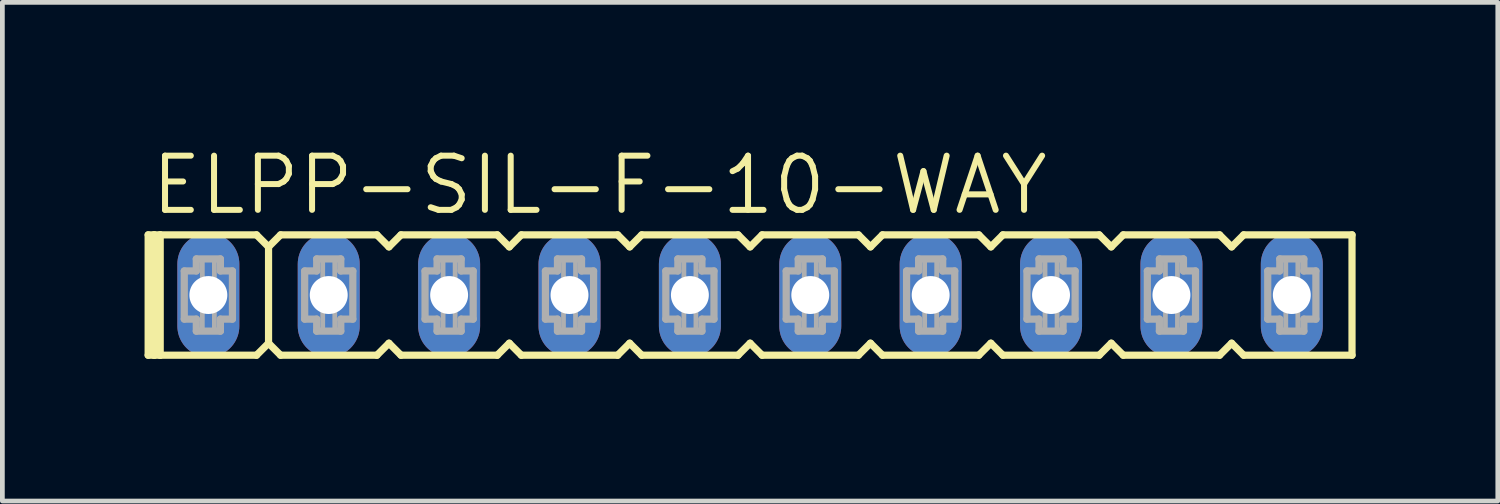
<source format=kicad_pcb>
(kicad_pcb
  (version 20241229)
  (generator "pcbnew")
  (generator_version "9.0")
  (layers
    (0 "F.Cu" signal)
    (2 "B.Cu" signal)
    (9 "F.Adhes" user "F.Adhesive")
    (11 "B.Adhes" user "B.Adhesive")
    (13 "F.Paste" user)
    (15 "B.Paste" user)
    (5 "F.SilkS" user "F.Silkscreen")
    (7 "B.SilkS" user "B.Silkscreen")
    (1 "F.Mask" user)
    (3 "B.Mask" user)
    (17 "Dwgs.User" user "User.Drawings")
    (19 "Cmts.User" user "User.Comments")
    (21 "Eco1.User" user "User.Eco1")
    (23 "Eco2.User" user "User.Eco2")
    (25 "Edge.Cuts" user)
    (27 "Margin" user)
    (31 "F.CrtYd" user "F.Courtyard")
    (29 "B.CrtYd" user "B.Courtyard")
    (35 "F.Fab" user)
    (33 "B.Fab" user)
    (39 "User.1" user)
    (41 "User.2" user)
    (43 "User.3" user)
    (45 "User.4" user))
  (footprint "ELPP-SIL-F-10-WAY"
    (layer "F.Cu")
    (at 12.776 3.175)
    (property "Reference" "ELPP-SIL-F-10-WAY" (at -12.7 -1.651 0) (unlocked yes) (layer "F.SilkS") (effects (font (size 1.143 1.143) (thickness 0.127)) (justify left bottom)))
    (fp_line (start -12.7 -1.27) (end -12.7 1.27) (stroke (width 0.152) (type solid)) (layer "F.SilkS"))
    (fp_line (start -12.7 1.27) (end -12.573 1.27) (stroke (width 0.152) (type solid)) (layer "F.SilkS"))
    (fp_line (start -12.573 -1.27) (end -12.7 -1.27) (stroke (width 0.152) (type solid)) (layer "F.SilkS"))
    (fp_line (start -12.573 -1.27) (end -12.573 1.27) (stroke (width 0.152) (type solid)) (layer "F.SilkS"))
    (fp_line (start -12.573 1.27) (end -12.446 1.27) (stroke (width 0.152) (type solid)) (layer "F.SilkS"))
    (fp_line (start -12.446 -1.27) (end -12.573 -1.27) (stroke (width 0.152) (type solid)) (layer "F.SilkS"))
    (fp_line (start -12.446 -1.27) (end -12.446 1.27) (stroke (width 0.152) (type solid)) (layer "F.SilkS"))
    (fp_line (start -12.446 1.27) (end -10.414 1.27) (stroke (width 0.152) (type solid)) (layer "F.SilkS"))
    (fp_line (start -10.414 -1.27) (end -12.446 -1.27) (stroke (width 0.152) (type solid)) (layer "F.SilkS"))
    (fp_line (start -10.414 1.27) (end -10.16 1.016) (stroke (width 0.152) (type solid)) (layer "F.SilkS"))
    (fp_line (start -10.16 -1.016) (end -10.414 -1.27) (stroke (width 0.152) (type solid)) (layer "F.SilkS"))
    (fp_line (start -10.16 -1.016) (end -10.16 1.016) (stroke (width 0.152) (type solid)) (layer "F.SilkS"))
    (fp_line (start -10.16 1.016) (end -9.906 1.27) (stroke (width 0.152) (type solid)) (layer "F.SilkS"))
    (fp_line (start -9.906 -1.27) (end -10.16 -1.016) (stroke (width 0.152) (type solid)) (layer "F.SilkS"))
    (fp_line (start -9.906 1.27) (end -7.874 1.27) (stroke (width 0.152) (type solid)) (layer "F.SilkS"))
    (fp_line (start -7.874 -1.27) (end -9.906 -1.27) (stroke (width 0.152) (type solid)) (layer "F.SilkS"))
    (fp_line (start -7.874 1.27) (end -7.62 1.016) (stroke (width 0.152) (type solid)) (layer "F.SilkS"))
    (fp_line (start -7.62 -1.016) (end -7.874 -1.27) (stroke (width 0.152) (type solid)) (layer "F.SilkS"))
    (fp_line (start -7.62 1.016) (end -7.366 1.27) (stroke (width 0.152) (type solid)) (layer "F.SilkS"))
    (fp_line (start -7.366 -1.27) (end -7.62 -1.016) (stroke (width 0.152) (type solid)) (layer "F.SilkS"))
    (fp_line (start -7.366 1.27) (end -5.334 1.27) (stroke (width 0.152) (type solid)) (layer "F.SilkS"))
    (fp_line (start -5.334 -1.27) (end -7.366 -1.27) (stroke (width 0.152) (type solid)) (layer "F.SilkS"))
    (fp_line (start -5.334 1.27) (end -5.08 1.016) (stroke (width 0.152) (type solid)) (layer "F.SilkS"))
    (fp_line (start -5.08 -1.016) (end -5.334 -1.27) (stroke (width 0.152) (type solid)) (layer "F.SilkS"))
    (fp_line (start -5.08 1.016) (end -4.826 1.27) (stroke (width 0.152) (type solid)) (layer "F.SilkS"))
    (fp_line (start -4.826 -1.27) (end -5.08 -1.016) (stroke (width 0.152) (type solid)) (layer "F.SilkS"))
    (fp_line (start -4.826 1.27) (end -2.794 1.27) (stroke (width 0.152) (type solid)) (layer "F.SilkS"))
    (fp_line (start -2.794 -1.27) (end -4.826 -1.27) (stroke (width 0.152) (type solid)) (layer "F.SilkS"))
    (fp_line (start -2.794 1.27) (end -2.54 1.016) (stroke (width 0.152) (type solid)) (layer "F.SilkS"))
    (fp_line (start -2.54 -1.016) (end -2.794 -1.27) (stroke (width 0.152) (type solid)) (layer "F.SilkS"))
    (fp_line (start -2.54 1.016) (end -2.286 1.27) (stroke (width 0.152) (type solid)) (layer "F.SilkS"))
    (fp_line (start -2.286 -1.27) (end -2.54 -1.016) (stroke (width 0.152) (type solid)) (layer "F.SilkS"))
    (fp_line (start -2.286 1.27) (end -0.254 1.27) (stroke (width 0.152) (type solid)) (layer "F.SilkS"))
    (fp_line (start -0.254 -1.27) (end -2.286 -1.27) (stroke (width 0.152) (type solid)) (layer "F.SilkS"))
    (fp_line (start -0.254 1.27) (end 0 1.016) (stroke (width 0.152) (type solid)) (layer "F.SilkS"))
    (fp_line (start 0 -1.016) (end -0.254 -1.27) (stroke (width 0.152) (type solid)) (layer "F.SilkS"))
    (fp_line (start 0 1.016) (end 0.254 1.27) (stroke (width 0.152) (type solid)) (layer "F.SilkS"))
    (fp_line (start 0.254 -1.27) (end 0 -1.016) (stroke (width 0.152) (type solid)) (layer "F.SilkS"))
    (fp_line (start 0.254 1.27) (end 2.286 1.27) (stroke (width 0.152) (type solid)) (layer "F.SilkS"))
    (fp_line (start 2.286 -1.27) (end 0.254 -1.27) (stroke (width 0.152) (type solid)) (layer "F.SilkS"))
    (fp_line (start 2.286 1.27) (end 2.54 1.016) (stroke (width 0.152) (type solid)) (layer "F.SilkS"))
    (fp_line (start 2.54 -1.016) (end 2.286 -1.27) (stroke (width 0.152) (type solid)) (layer "F.SilkS"))
    (fp_line (start 2.54 1.016) (end 2.794 1.27) (stroke (width 0.152) (type solid)) (layer "F.SilkS"))
    (fp_line (start 2.794 -1.27) (end 2.54 -1.016) (stroke (width 0.152) (type solid)) (layer "F.SilkS"))
    (fp_line (start 2.794 1.27) (end 4.826 1.27) (stroke (width 0.152) (type solid)) (layer "F.SilkS"))
    (fp_line (start 4.826 -1.27) (end 2.794 -1.27) (stroke (width 0.152) (type solid)) (layer "F.SilkS"))
    (fp_line (start 4.826 1.27) (end 5.08 1.016) (stroke (width 0.152) (type solid)) (layer "F.SilkS"))
    (fp_line (start 5.08 -1.016) (end 4.826 -1.27) (stroke (width 0.152) (type solid)) (layer "F.SilkS"))
    (fp_line (start 5.08 1.016) (end 5.334 1.27) (stroke (width 0.152) (type solid)) (layer "F.SilkS"))
    (fp_line (start 5.334 -1.27) (end 5.08 -1.016) (stroke (width 0.152) (type solid)) (layer "F.SilkS"))
    (fp_line (start 5.334 1.27) (end 7.366 1.27) (stroke (width 0.152) (type solid)) (layer "F.SilkS"))
    (fp_line (start 7.366 -1.27) (end 5.334 -1.27) (stroke (width 0.152) (type solid)) (layer "F.SilkS"))
    (fp_line (start 7.366 1.27) (end 7.62 1.016) (stroke (width 0.152) (type solid)) (layer "F.SilkS"))
    (fp_line (start 7.62 -1.016) (end 7.366 -1.27) (stroke (width 0.152) (type solid)) (layer "F.SilkS"))
    (fp_line (start 7.62 1.016) (end 7.874 1.27) (stroke (width 0.152) (type solid)) (layer "F.SilkS"))
    (fp_line (start 7.874 -1.27) (end 7.62 -1.016) (stroke (width 0.152) (type solid)) (layer "F.SilkS"))
    (fp_line (start 7.874 1.27) (end 9.906 1.27) (stroke (width 0.152) (type solid)) (layer "F.SilkS"))
    (fp_line (start 9.906 -1.27) (end 7.874 -1.27) (stroke (width 0.152) (type solid)) (layer "F.SilkS"))
    (fp_line (start 9.906 1.27) (end 10.16 1.016) (stroke (width 0.152) (type solid)) (layer "F.SilkS"))
    (fp_line (start 10.16 -1.016) (end 9.906 -1.27) (stroke (width 0.152) (type solid)) (layer "F.SilkS"))
    (fp_line (start 10.16 1.016) (end 10.414 1.27) (stroke (width 0.152) (type solid)) (layer "F.SilkS"))
    (fp_line (start 10.414 -1.27) (end 10.16 -1.016) (stroke (width 0.152) (type solid)) (layer "F.SilkS"))
    (fp_line (start 10.414 1.27) (end 12.7 1.27) (stroke (width 0.152) (type solid)) (layer "F.SilkS"))
    (fp_line (start 12.7 -1.27) (end 10.414 -1.27) (stroke (width 0.152) (type solid)) (layer "F.SilkS"))
    (fp_line (start 12.7 1.27) (end 12.7 -1.27) (stroke (width 0.152) (type solid)) (layer "F.SilkS"))
    (fp_line (start -11.938 -0.508) (end -11.938 0.508) (stroke (width 0.152) (type solid)) (layer "F.Fab"))
    (fp_line (start -11.938 0.508) (end -11.684 0.508) (stroke (width 0.152) (type solid)) (layer "F.Fab"))
    (fp_line (start -11.684 -0.762) (end -11.684 -0.508) (stroke (width 0.152) (type solid)) (layer "F.Fab"))
    (fp_line (start -11.684 -0.508) (end -11.938 -0.508) (stroke (width 0.152) (type solid)) (layer "F.Fab"))
    (fp_line (start -11.684 0.508) (end -11.684 0.762) (stroke (width 0.152) (type solid)) (layer "F.Fab"))
    (fp_line (start -11.684 0.762) (end -11.176 0.762) (stroke (width 0.152) (type solid)) (layer "F.Fab"))
    (fp_line (start -11.176 -0.762) (end -11.684 -0.762) (stroke (width 0.152) (type solid)) (layer "F.Fab"))
    (fp_line (start -11.176 -0.508) (end -11.176 -0.762) (stroke (width 0.152) (type solid)) (layer "F.Fab"))
    (fp_line (start -11.176 0.508) (end -10.922 0.508) (stroke (width 0.152) (type solid)) (layer "F.Fab"))
    (fp_line (start -11.176 0.762) (end -11.176 0.508) (stroke (width 0.152) (type solid)) (layer "F.Fab"))
    (fp_line (start -10.922 -0.508) (end -11.176 -0.508) (stroke (width 0.152) (type solid)) (layer "F.Fab"))
    (fp_line (start -10.922 0.508) (end -10.922 -0.508) (stroke (width 0.152) (type solid)) (layer "F.Fab"))
    (fp_line (start -9.398 -0.508) (end -9.398 0.508) (stroke (width 0.152) (type solid)) (layer "F.Fab"))
    (fp_line (start -9.398 0.508) (end -9.144 0.508) (stroke (width 0.152) (type solid)) (layer "F.Fab"))
    (fp_line (start -9.144 -0.762) (end -9.144 -0.508) (stroke (width 0.152) (type solid)) (layer "F.Fab"))
    (fp_line (start -9.144 -0.508) (end -9.398 -0.508) (stroke (width 0.152) (type solid)) (layer "F.Fab"))
    (fp_line (start -9.144 0.508) (end -9.144 0.762) (stroke (width 0.152) (type solid)) (layer "F.Fab"))
    (fp_line (start -9.144 0.762) (end -8.636 0.762) (stroke (width 0.152) (type solid)) (layer "F.Fab"))
    (fp_line (start -8.636 -0.762) (end -9.144 -0.762) (stroke (width 0.152) (type solid)) (layer "F.Fab"))
    (fp_line (start -8.636 -0.508) (end -8.636 -0.762) (stroke (width 0.152) (type solid)) (layer "F.Fab"))
    (fp_line (start -8.636 0.508) (end -8.382 0.508) (stroke (width 0.152) (type solid)) (layer "F.Fab"))
    (fp_line (start -8.636 0.762) (end -8.636 0.508) (stroke (width 0.152) (type solid)) (layer "F.Fab"))
    (fp_line (start -8.382 -0.508) (end -8.636 -0.508) (stroke (width 0.152) (type solid)) (layer "F.Fab"))
    (fp_line (start -8.382 0.508) (end -8.382 -0.508) (stroke (width 0.152) (type solid)) (layer "F.Fab"))
    (fp_line (start -6.858 -0.508) (end -6.858 0.508) (stroke (width 0.152) (type solid)) (layer "F.Fab"))
    (fp_line (start -6.858 0.508) (end -6.604 0.508) (stroke (width 0.152) (type solid)) (layer "F.Fab"))
    (fp_line (start -6.604 -0.762) (end -6.604 -0.508) (stroke (width 0.152) (type solid)) (layer "F.Fab"))
    (fp_line (start -6.604 -0.508) (end -6.858 -0.508) (stroke (width 0.152) (type solid)) (layer "F.Fab"))
    (fp_line (start -6.604 0.508) (end -6.604 0.762) (stroke (width 0.152) (type solid)) (layer "F.Fab"))
    (fp_line (start -6.604 0.762) (end -6.096 0.762) (stroke (width 0.152) (type solid)) (layer "F.Fab"))
    (fp_line (start -6.096 -0.762) (end -6.604 -0.762) (stroke (width 0.152) (type solid)) (layer "F.Fab"))
    (fp_line (start -6.096 -0.508) (end -6.096 -0.762) (stroke (width 0.152) (type solid)) (layer "F.Fab"))
    (fp_line (start -6.096 0.508) (end -5.842 0.508) (stroke (width 0.152) (type solid)) (layer "F.Fab"))
    (fp_line (start -6.096 0.762) (end -6.096 0.508) (stroke (width 0.152) (type solid)) (layer "F.Fab"))
    (fp_line (start -5.842 -0.508) (end -6.096 -0.508) (stroke (width 0.152) (type solid)) (layer "F.Fab"))
    (fp_line (start -5.842 0.508) (end -5.842 -0.508) (stroke (width 0.152) (type solid)) (layer "F.Fab"))
    (fp_line (start -4.318 -0.508) (end -4.318 0.508) (stroke (width 0.152) (type solid)) (layer "F.Fab"))
    (fp_line (start -4.318 0.508) (end -4.064 0.508) (stroke (width 0.152) (type solid)) (layer "F.Fab"))
    (fp_line (start -4.064 -0.762) (end -4.064 -0.508) (stroke (width 0.152) (type solid)) (layer "F.Fab"))
    (fp_line (start -4.064 -0.508) (end -4.318 -0.508) (stroke (width 0.152) (type solid)) (layer "F.Fab"))
    (fp_line (start -4.064 0.508) (end -4.064 0.762) (stroke (width 0.152) (type solid)) (layer "F.Fab"))
    (fp_line (start -4.064 0.762) (end -3.556 0.762) (stroke (width 0.152) (type solid)) (layer "F.Fab"))
    (fp_line (start -3.556 -0.762) (end -4.064 -0.762) (stroke (width 0.152) (type solid)) (layer "F.Fab"))
    (fp_line (start -3.556 -0.508) (end -3.556 -0.762) (stroke (width 0.152) (type solid)) (layer "F.Fab"))
    (fp_line (start -3.556 0.508) (end -3.302 0.508) (stroke (width 0.152) (type solid)) (layer "F.Fab"))
    (fp_line (start -3.556 0.762) (end -3.556 0.508) (stroke (width 0.152) (type solid)) (layer "F.Fab"))
    (fp_line (start -3.302 -0.508) (end -3.556 -0.508) (stroke (width 0.152) (type solid)) (layer "F.Fab"))
    (fp_line (start -3.302 0.508) (end -3.302 -0.508) (stroke (width 0.152) (type solid)) (layer "F.Fab"))
    (fp_line (start -1.778 -0.508) (end -1.778 0.508) (stroke (width 0.152) (type solid)) (layer "F.Fab"))
    (fp_line (start -1.778 0.508) (end -1.524 0.508) (stroke (width 0.152) (type solid)) (layer "F.Fab"))
    (fp_line (start -1.524 -0.762) (end -1.524 -0.508) (stroke (width 0.152) (type solid)) (layer "F.Fab"))
    (fp_line (start -1.524 -0.508) (end -1.778 -0.508) (stroke (width 0.152) (type solid)) (layer "F.Fab"))
    (fp_line (start -1.524 0.508) (end -1.524 0.762) (stroke (width 0.152) (type solid)) (layer "F.Fab"))
    (fp_line (start -1.524 0.762) (end -1.016 0.762) (stroke (width 0.152) (type solid)) (layer "F.Fab"))
    (fp_line (start -1.016 -0.762) (end -1.524 -0.762) (stroke (width 0.152) (type solid)) (layer "F.Fab"))
    (fp_line (start -1.016 -0.508) (end -1.016 -0.762) (stroke (width 0.152) (type solid)) (layer "F.Fab"))
    (fp_line (start -1.016 0.508) (end -0.762 0.508) (stroke (width 0.152) (type solid)) (layer "F.Fab"))
    (fp_line (start -1.016 0.762) (end -1.016 0.508) (stroke (width 0.152) (type solid)) (layer "F.Fab"))
    (fp_line (start -0.762 -0.508) (end -1.016 -0.508) (stroke (width 0.152) (type solid)) (layer "F.Fab"))
    (fp_line (start -0.762 0.508) (end -0.762 -0.508) (stroke (width 0.152) (type solid)) (layer "F.Fab"))
    (fp_line (start 0.762 -0.508) (end 0.762 0.508) (stroke (width 0.152) (type solid)) (layer "F.Fab"))
    (fp_line (start 0.762 0.508) (end 1.016 0.508) (stroke (width 0.152) (type solid)) (layer "F.Fab"))
    (fp_line (start 1.016 -0.762) (end 1.016 -0.508) (stroke (width 0.152) (type solid)) (layer "F.Fab"))
    (fp_line (start 1.016 -0.508) (end 0.762 -0.508) (stroke (width 0.152) (type solid)) (layer "F.Fab"))
    (fp_line (start 1.016 0.508) (end 1.016 0.762) (stroke (width 0.152) (type solid)) (layer "F.Fab"))
    (fp_line (start 1.016 0.762) (end 1.524 0.762) (stroke (width 0.152) (type solid)) (layer "F.Fab"))
    (fp_line (start 1.524 -0.762) (end 1.016 -0.762) (stroke (width 0.152) (type solid)) (layer "F.Fab"))
    (fp_line (start 1.524 -0.508) (end 1.524 -0.762) (stroke (width 0.152) (type solid)) (layer "F.Fab"))
    (fp_line (start 1.524 0.508) (end 1.778 0.508) (stroke (width 0.152) (type solid)) (layer "F.Fab"))
    (fp_line (start 1.524 0.762) (end 1.524 0.508) (stroke (width 0.152) (type solid)) (layer "F.Fab"))
    (fp_line (start 1.778 -0.508) (end 1.524 -0.508) (stroke (width 0.152) (type solid)) (layer "F.Fab"))
    (fp_line (start 1.778 0.508) (end 1.778 -0.508) (stroke (width 0.152) (type solid)) (layer "F.Fab"))
    (fp_line (start 3.302 -0.508) (end 3.302 0.508) (stroke (width 0.152) (type solid)) (layer "F.Fab"))
    (fp_line (start 3.302 0.508) (end 3.556 0.508) (stroke (width 0.152) (type solid)) (layer "F.Fab"))
    (fp_line (start 3.556 -0.762) (end 3.556 -0.508) (stroke (width 0.152) (type solid)) (layer "F.Fab"))
    (fp_line (start 3.556 -0.508) (end 3.302 -0.508) (stroke (width 0.152) (type solid)) (layer "F.Fab"))
    (fp_line (start 3.556 0.508) (end 3.556 0.762) (stroke (width 0.152) (type solid)) (layer "F.Fab"))
    (fp_line (start 3.556 0.762) (end 4.064 0.762) (stroke (width 0.152) (type solid)) (layer "F.Fab"))
    (fp_line (start 4.064 -0.762) (end 3.556 -0.762) (stroke (width 0.152) (type solid)) (layer "F.Fab"))
    (fp_line (start 4.064 -0.508) (end 4.064 -0.762) (stroke (width 0.152) (type solid)) (layer "F.Fab"))
    (fp_line (start 4.064 0.508) (end 4.318 0.508) (stroke (width 0.152) (type solid)) (layer "F.Fab"))
    (fp_line (start 4.064 0.762) (end 4.064 0.508) (stroke (width 0.152) (type solid)) (layer "F.Fab"))
    (fp_line (start 4.318 -0.508) (end 4.064 -0.508) (stroke (width 0.152) (type solid)) (layer "F.Fab"))
    (fp_line (start 4.318 0.508) (end 4.318 -0.508) (stroke (width 0.152) (type solid)) (layer "F.Fab"))
    (fp_line (start 5.842 -0.508) (end 5.842 0.508) (stroke (width 0.152) (type solid)) (layer "F.Fab"))
    (fp_line (start 5.842 0.508) (end 6.096 0.508) (stroke (width 0.152) (type solid)) (layer "F.Fab"))
    (fp_line (start 6.096 -0.762) (end 6.096 -0.508) (stroke (width 0.152) (type solid)) (layer "F.Fab"))
    (fp_line (start 6.096 -0.508) (end 5.842 -0.508) (stroke (width 0.152) (type solid)) (layer "F.Fab"))
    (fp_line (start 6.096 0.508) (end 6.096 0.762) (stroke (width 0.152) (type solid)) (layer "F.Fab"))
    (fp_line (start 6.096 0.762) (end 6.604 0.762) (stroke (width 0.152) (type solid)) (layer "F.Fab"))
    (fp_line (start 6.604 -0.762) (end 6.096 -0.762) (stroke (width 0.152) (type solid)) (layer "F.Fab"))
    (fp_line (start 6.604 -0.508) (end 6.604 -0.762) (stroke (width 0.152) (type solid)) (layer "F.Fab"))
    (fp_line (start 6.604 0.508) (end 6.858 0.508) (stroke (width 0.152) (type solid)) (layer "F.Fab"))
    (fp_line (start 6.604 0.762) (end 6.604 0.508) (stroke (width 0.152) (type solid)) (layer "F.Fab"))
    (fp_line (start 6.858 -0.508) (end 6.604 -0.508) (stroke (width 0.152) (type solid)) (layer "F.Fab"))
    (fp_line (start 6.858 0.508) (end 6.858 -0.508) (stroke (width 0.152) (type solid)) (layer "F.Fab"))
    (fp_line (start 8.382 -0.508) (end 8.382 0.508) (stroke (width 0.152) (type solid)) (layer "F.Fab"))
    (fp_line (start 8.382 0.508) (end 8.636 0.508) (stroke (width 0.152) (type solid)) (layer "F.Fab"))
    (fp_line (start 8.636 -0.762) (end 8.636 -0.508) (stroke (width 0.152) (type solid)) (layer "F.Fab"))
    (fp_line (start 8.636 -0.508) (end 8.382 -0.508) (stroke (width 0.152) (type solid)) (layer "F.Fab"))
    (fp_line (start 8.636 0.508) (end 8.636 0.762) (stroke (width 0.152) (type solid)) (layer "F.Fab"))
    (fp_line (start 8.636 0.762) (end 9.144 0.762) (stroke (width 0.152) (type solid)) (layer "F.Fab"))
    (fp_line (start 9.144 -0.762) (end 8.636 -0.762) (stroke (width 0.152) (type solid)) (layer "F.Fab"))
    (fp_line (start 9.144 -0.508) (end 9.144 -0.762) (stroke (width 0.152) (type solid)) (layer "F.Fab"))
    (fp_line (start 9.144 0.508) (end 9.398 0.508) (stroke (width 0.152) (type solid)) (layer "F.Fab"))
    (fp_line (start 9.144 0.762) (end 9.144 0.508) (stroke (width 0.152) (type solid)) (layer "F.Fab"))
    (fp_line (start 9.398 -0.508) (end 9.144 -0.508) (stroke (width 0.152) (type solid)) (layer "F.Fab"))
    (fp_line (start 9.398 0.508) (end 9.398 -0.508) (stroke (width 0.152) (type solid)) (layer "F.Fab"))
    (fp_line (start 10.922 -0.508) (end 10.922 0.508) (stroke (width 0.152) (type solid)) (layer "F.Fab"))
    (fp_line (start 10.922 0.508) (end 11.176 0.508) (stroke (width 0.152) (type solid)) (layer "F.Fab"))
    (fp_line (start 11.176 -0.762) (end 11.176 -0.508) (stroke (width 0.152) (type solid)) (layer "F.Fab"))
    (fp_line (start 11.176 -0.508) (end 10.922 -0.508) (stroke (width 0.152) (type solid)) (layer "F.Fab"))
    (fp_line (start 11.176 0.508) (end 11.176 0.762) (stroke (width 0.152) (type solid)) (layer "F.Fab"))
    (fp_line (start 11.176 0.762) (end 11.684 0.762) (stroke (width 0.152) (type solid)) (layer "F.Fab"))
    (fp_line (start 11.684 -0.762) (end 11.176 -0.762) (stroke (width 0.152) (type solid)) (layer "F.Fab"))
    (fp_line (start 11.684 -0.508) (end 11.684 -0.762) (stroke (width 0.152) (type solid)) (layer "F.Fab"))
    (fp_line (start 11.684 0.508) (end 11.938 0.508) (stroke (width 0.152) (type solid)) (layer "F.Fab"))
    (fp_line (start 11.684 0.762) (end 11.684 0.508) (stroke (width 0.152) (type solid)) (layer "F.Fab"))
    (fp_line (start 11.938 -0.508) (end 11.684 -0.508) (stroke (width 0.152) (type solid)) (layer "F.Fab"))
    (fp_line (start 11.938 0.508) (end 11.938 -0.508) (stroke (width 0.152) (type solid)) (layer "F.Fab"))
    (fp_poly (pts (xy -11.557 -0.254) (xy -11.303 -0.254) (xy -11.303 -0.762) (xy -11.557 -0.762)) (stroke (width 0.1) (type default)) (fill no) (layer "F.Fab"))
    (fp_poly (pts (xy -11.557 0.762) (xy -11.303 0.762) (xy -11.303 0.254) (xy -11.557 0.254)) (stroke (width 0.1) (type default)) (fill no) (layer "F.Fab"))
    (fp_poly (pts (xy -9.017 -0.254) (xy -8.763 -0.254) (xy -8.763 -0.762) (xy -9.017 -0.762)) (stroke (width 0.1) (type default)) (fill no) (layer "F.Fab"))
    (fp_poly (pts (xy -9.017 0.762) (xy -8.763 0.762) (xy -8.763 0.254) (xy -9.017 0.254)) (stroke (width 0.1) (type default)) (fill no) (layer "F.Fab"))
    (fp_poly (pts (xy -6.477 -0.254) (xy -6.223 -0.254) (xy -6.223 -0.762) (xy -6.477 -0.762)) (stroke (width 0.1) (type default)) (fill no) (layer "F.Fab"))
    (fp_poly (pts (xy -6.477 0.762) (xy -6.223 0.762) (xy -6.223 0.254) (xy -6.477 0.254)) (stroke (width 0.1) (type default)) (fill no) (layer "F.Fab"))
    (fp_poly (pts (xy -3.937 -0.254) (xy -3.683 -0.254) (xy -3.683 -0.762) (xy -3.937 -0.762)) (stroke (width 0.1) (type default)) (fill no) (layer "F.Fab"))
    (fp_poly (pts (xy -3.937 0.762) (xy -3.683 0.762) (xy -3.683 0.254) (xy -3.937 0.254)) (stroke (width 0.1) (type default)) (fill no) (layer "F.Fab"))
    (fp_poly (pts (xy -1.397 -0.254) (xy -1.143 -0.254) (xy -1.143 -0.762) (xy -1.397 -0.762)) (stroke (width 0.1) (type default)) (fill no) (layer "F.Fab"))
    (fp_poly (pts (xy -1.397 0.762) (xy -1.143 0.762) (xy -1.143 0.254) (xy -1.397 0.254)) (stroke (width 0.1) (type default)) (fill no) (layer "F.Fab"))
    (fp_poly (pts (xy 1.143 -0.254) (xy 1.397 -0.254) (xy 1.397 -0.762) (xy 1.143 -0.762)) (stroke (width 0.1) (type default)) (fill no) (layer "F.Fab"))
    (fp_poly (pts (xy 1.143 0.762) (xy 1.397 0.762) (xy 1.397 0.254) (xy 1.143 0.254)) (stroke (width 0.1) (type default)) (fill no) (layer "F.Fab"))
    (fp_poly (pts (xy 3.683 -0.254) (xy 3.937 -0.254) (xy 3.937 -0.762) (xy 3.683 -0.762)) (stroke (width 0.1) (type default)) (fill no) (layer "F.Fab"))
    (fp_poly (pts (xy 3.683 0.762) (xy 3.937 0.762) (xy 3.937 0.254) (xy 3.683 0.254)) (stroke (width 0.1) (type default)) (fill no) (layer "F.Fab"))
    (fp_poly (pts (xy 6.223 -0.254) (xy 6.477 -0.254) (xy 6.477 -0.762) (xy 6.223 -0.762)) (stroke (width 0.1) (type default)) (fill no) (layer "F.Fab"))
    (fp_poly (pts (xy 6.223 0.762) (xy 6.477 0.762) (xy 6.477 0.254) (xy 6.223 0.254)) (stroke (width 0.1) (type default)) (fill no) (layer "F.Fab"))
    (fp_poly (pts (xy 8.763 -0.254) (xy 9.017 -0.254) (xy 9.017 -0.762) (xy 8.763 -0.762)) (stroke (width 0.1) (type default)) (fill no) (layer "F.Fab"))
    (fp_poly (pts (xy 8.763 0.762) (xy 9.017 0.762) (xy 9.017 0.254) (xy 8.763 0.254)) (stroke (width 0.1) (type default)) (fill no) (layer "F.Fab"))
    (fp_poly (pts (xy 11.303 -0.254) (xy 11.557 -0.254) (xy 11.557 -0.762) (xy 11.303 -0.762)) (stroke (width 0.1) (type default)) (fill no) (layer "F.Fab"))
    (fp_poly (pts (xy 11.303 0.762) (xy 11.557 0.762) (xy 11.557 0.254) (xy 11.303 0.254)) (stroke (width 0.1) (type default)) (fill no) (layer "F.Fab"))
    (pad "1" thru_hole oval (at -11.43 0 90) (size 2.616 1.308) (drill 0.8) (layers "*.Cu" "*.Mask"))
    (pad "2" thru_hole oval (at -8.89 0 90) (size 2.616 1.308) (drill 0.8) (layers "*.Cu" "*.Mask"))
    (pad "3" thru_hole oval (at -6.35 0 90) (size 2.616 1.308) (drill 0.8) (layers "*.Cu" "*.Mask"))
    (pad "4" thru_hole oval (at -3.81 0 90) (size 2.616 1.308) (drill 0.8) (layers "*.Cu" "*.Mask"))
    (pad "5" thru_hole oval (at -1.27 0 90) (size 2.616 1.308) (drill 0.8) (layers "*.Cu" "*.Mask"))
    (pad "6" thru_hole oval (at 1.27 0 90) (size 2.616 1.308) (drill 0.8) (layers "*.Cu" "*.Mask"))
    (pad "7" thru_hole oval (at 3.81 0 90) (size 2.616 1.308) (drill 0.8) (layers "*.Cu" "*.Mask"))
    (pad "8" thru_hole oval (at 6.35 0 90) (size 2.616 1.308) (drill 0.8) (layers "*.Cu" "*.Mask"))
    (pad "9" thru_hole oval (at 8.89 0 90) (size 2.616 1.308) (drill 0.8) (layers "*.Cu" "*.Mask"))
    (pad "10" thru_hole oval (at 11.43 0 90) (size 2.616 1.308) (drill 0.8) (layers "*.Cu" "*.Mask")))
  (gr_rect
    (start -3 -3)
    (end 28.552 7.521)
    (stroke (width 0.1) (type default))
    (fill no)
    (layer "Edge.Cuts")))
</source>
